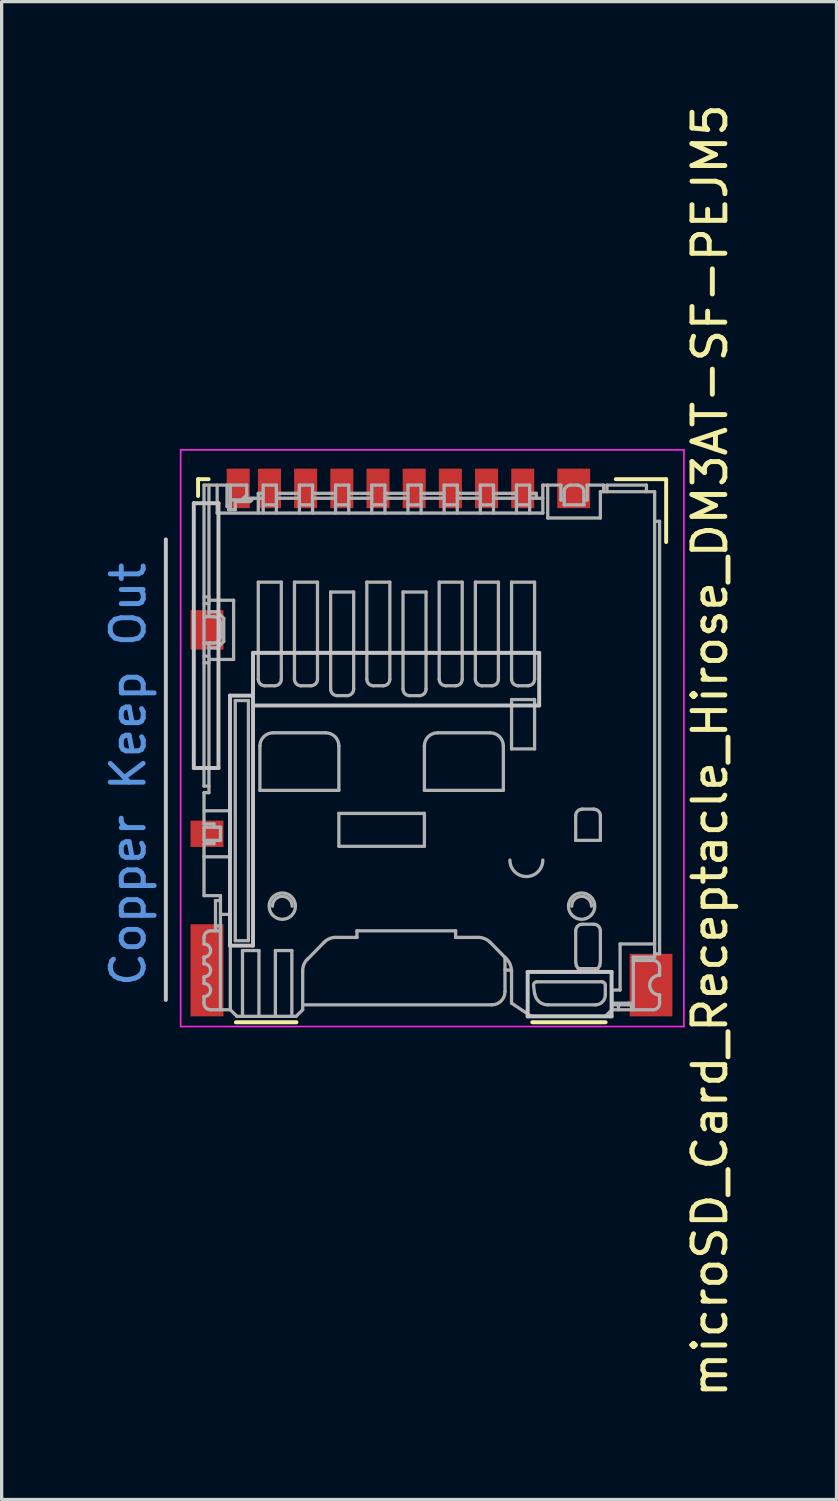
<source format=kicad_pcb>
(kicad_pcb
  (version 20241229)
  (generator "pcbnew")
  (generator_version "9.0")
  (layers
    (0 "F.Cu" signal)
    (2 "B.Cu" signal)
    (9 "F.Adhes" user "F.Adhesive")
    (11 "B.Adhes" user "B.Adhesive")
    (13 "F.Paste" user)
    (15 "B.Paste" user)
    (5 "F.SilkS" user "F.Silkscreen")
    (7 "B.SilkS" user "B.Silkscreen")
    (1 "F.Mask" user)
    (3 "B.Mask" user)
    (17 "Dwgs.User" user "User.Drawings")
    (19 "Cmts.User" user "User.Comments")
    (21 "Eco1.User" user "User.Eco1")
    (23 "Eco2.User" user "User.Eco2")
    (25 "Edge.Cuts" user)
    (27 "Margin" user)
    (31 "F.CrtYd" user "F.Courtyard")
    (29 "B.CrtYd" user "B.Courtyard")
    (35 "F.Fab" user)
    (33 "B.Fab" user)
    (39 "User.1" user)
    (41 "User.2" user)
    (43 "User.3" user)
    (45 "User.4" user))
  (footprint "microSD_Card_Receptacle_Hirose_DM3AT-SF-PEJM5"
    (layer "F.Cu")
    (at 9.992 19.348)
    (property "Reference" "microSD_Card_Receptacle_Hirose_DM3AT-SF-PEJM5" (at 8.54 0.42 90) (layer "F.SilkS") (effects (font (size 1 1) (thickness 0.15))))
    (attr smd)
    (fp_line (start -7.02 -7.83) (end -7.02 -7.32) (stroke (width 0.12) (type solid)) (layer "F.SilkS"))
    (fp_line (start -6.7 -7.83) (end -7.02 -7.83) (stroke (width 0.12) (type solid)) (layer "F.SilkS"))
    (fp_line (start -5.87 8.68) (end -4.03 8.68) (stroke (width 0.12) (type solid)) (layer "F.SilkS"))
    (fp_line (start 5.37 8.68) (end 3.14 8.68) (stroke (width 0.12) (type solid)) (layer "F.SilkS"))
    (fp_line (start 5.68 -7.83) (end 7.21 -7.83) (stroke (width 0.12) (type solid)) (layer "F.SilkS"))
    (fp_line (start 7.21 -7.83) (end 7.21 -5.92) (stroke (width 0.12) (type solid)) (layer "F.SilkS"))
    (fp_line (start -8 8) (end -8 -6) (stroke (width 0.12) (type solid)) (layer "Dwgs.User"))
    (fp_line (start -7.15 -7.1) (end -6.4 -7.1) (stroke (width 0.12) (type solid)) (layer "Dwgs.User"))
    (fp_line (start -7.15 0.95) (end -7.15 -7.1) (stroke (width 0.12) (type solid)) (layer "Dwgs.User"))
    (fp_line (start -6.4 -7.1) (end -6.4 0.95) (stroke (width 0.12) (type solid)) (layer "Dwgs.User"))
    (fp_line (start -6.4 0.95) (end -7.15 0.95) (stroke (width 0.12) (type solid)) (layer "Dwgs.User"))
    (fp_line (start -6.05 -1.25) (end -5.35 -1.25) (stroke (width 0.12) (type solid)) (layer "Dwgs.User"))
    (fp_line (start -6.05 6.35) (end -6.05 -1.25) (stroke (width 0.12) (type solid)) (layer "Dwgs.User"))
    (fp_line (start -5.35 -2.55) (end -5.35 -0.95) (stroke (width 0.12) (type solid)) (layer "Dwgs.User"))
    (fp_line (start -5.35 -2.55) (end 3.35 -2.55) (stroke (width 0.12) (type solid)) (layer "Dwgs.User"))
    (fp_line (start -5.35 -1.25) (end -5.35 6.35) (stroke (width 0.12) (type solid)) (layer "Dwgs.User"))
    (fp_line (start -5.35 6.35) (end -6.05 6.35) (stroke (width 0.12) (type solid)) (layer "Dwgs.User"))
    (fp_line (start 3 7.15) (end 5.55 7.15) (stroke (width 0.12) (type solid)) (layer "Dwgs.User"))
    (fp_line (start 3 8.5) (end 3 7.15) (stroke (width 0.12) (type solid)) (layer "Dwgs.User"))
    (fp_line (start 3.35 -2.55) (end 3.35 -0.95) (stroke (width 0.12) (type solid)) (layer "Dwgs.User"))
    (fp_line (start 3.35 -0.95) (end -5.35 -0.95) (stroke (width 0.12) (type solid)) (layer "Dwgs.User"))
    (fp_line (start 5.55 7.15) (end 5.55 8.5) (stroke (width 0.12) (type solid)) (layer "Dwgs.User"))
    (fp_line (start 5.55 8.5) (end 3 8.5) (stroke (width 0.12) (type solid)) (layer "Dwgs.User"))
    (fp_line (start -7.55 -8.72) (end 7.75 -8.72) (stroke (width 0.05) (type solid)) (layer "F.CrtYd"))
    (fp_line (start -7.55 8.81) (end -7.55 -8.72) (stroke (width 0.05) (type solid)) (layer "F.CrtYd"))
    (fp_line (start 7.75 -8.72) (end 7.75 8.81) (stroke (width 0.05) (type solid)) (layer "F.CrtYd"))
    (fp_line (start 7.75 8.81) (end -7.55 8.81) (stroke (width 0.05) (type solid)) (layer "F.CrtYd"))
    (fp_line (start -6.84 -3.66) (end -6.83 -3.65) (stroke (width 0.1) (type solid)) (layer "F.Fab"))
    (fp_line (start -6.84 -2.84) (end -6.83 -2.85) (stroke (width 0.1) (type solid)) (layer "F.Fab"))
    (fp_line (start -6.84 -2.83) (end -6.84 -2.84) (stroke (width 0.1) (type solid)) (layer "F.Fab"))
    (fp_line (start -6.84 -2.45) (end -6.69 -2.45) (stroke (width 0.1) (type solid)) (layer "F.Fab"))
    (fp_line (start -6.84 1.5) (end -6.84 -7.65) (stroke (width 0.1) (type solid)) (layer "F.Fab"))
    (fp_line (start -6.84 1.5) (end -6.69 1.5) (stroke (width 0.1) (type solid)) (layer "F.Fab"))
    (fp_line (start -6.84 1.7) (end -6.84 2.65) (stroke (width 0.1) (type solid)) (layer "F.Fab"))
    (fp_line (start -6.84 1.7) (end -6.69 1.7) (stroke (width 0.1) (type solid)) (layer "F.Fab"))
    (fp_line (start -6.84 2.65) (end -6.54 2.65) (stroke (width 0.1) (type solid)) (layer "F.Fab"))
    (fp_line (start -6.84 2.75) (end -6.84 3.15) (stroke (width 0.1) (type solid)) (layer "F.Fab"))
    (fp_line (start -6.84 3.15) (end -6.34 3.15) (stroke (width 0.1) (type solid)) (layer "F.Fab"))
    (fp_line (start -6.84 4.83) (end -6.84 3.25) (stroke (width 0.1) (type solid)) (layer "F.Fab"))
    (fp_line (start -6.84 6.3) (end -6.84 6.1) (stroke (width 0.1) (type solid)) (layer "F.Fab"))
    (fp_line (start -6.84 6.9) (end -6.84 6.7) (stroke (width 0.1) (type solid)) (layer "F.Fab"))
    (fp_line (start -6.84 7.5) (end -6.84 7.3) (stroke (width 0.1) (type solid)) (layer "F.Fab"))
    (fp_line (start -6.84 8.1) (end -6.84 7.9) (stroke (width 0.1) (type solid)) (layer "F.Fab"))
    (fp_line (start -6.83 -3.65) (end -6.54 -3.65) (stroke (width 0.1) (type solid)) (layer "F.Fab"))
    (fp_line (start -6.69 -4.25) (end -6.84 -4.25) (stroke (width 0.1) (type solid)) (layer "F.Fab"))
    (fp_line (start -6.69 -4.05) (end -6.84 -4.05) (stroke (width 0.1) (type solid)) (layer "F.Fab"))
    (fp_line (start -6.69 -3.66) (end -6.69 -7.65) (stroke (width 0.1) (type solid)) (layer "F.Fab"))
    (fp_line (start -6.69 -2.84) (end -6.69 -2.83) (stroke (width 0.1) (type solid)) (layer "F.Fab"))
    (fp_line (start -6.69 -2.7) (end -6.44 -2.7) (stroke (width 0.1) (type solid)) (layer "F.Fab"))
    (fp_line (start -6.69 -2.35) (end -5.94 -2.35) (stroke (width 0.1) (type solid)) (layer "F.Fab"))
    (fp_line (start -6.69 -2.25) (end -6.84 -2.25) (stroke (width 0.1) (type solid)) (layer "F.Fab"))
    (fp_line (start -6.69 1.7) (end -6.69 -2.83) (stroke (width 0.1) (type solid)) (layer "F.Fab"))
    (fp_line (start -6.68 -2.84) (end -6.69 -2.84) (stroke (width 0.1) (type solid)) (layer "F.Fab"))
    (fp_line (start -6.67 -2.84) (end -6.68 -2.84) (stroke (width 0.1) (type solid)) (layer "F.Fab"))
    (fp_line (start -6.66 -2.85) (end -6.67 -2.84) (stroke (width 0.1) (type solid)) (layer "F.Fab"))
    (fp_line (start -6.65 -2.85) (end -6.66 -2.85) (stroke (width 0.1) (type solid)) (layer "F.Fab"))
    (fp_line (start -6.64 -2.85) (end -6.65 -2.85) (stroke (width 0.1) (type solid)) (layer "F.Fab"))
    (fp_line (start -6.64 5.9) (end -6.34 5.9) (stroke (width 0.1) (type solid)) (layer "F.Fab"))
    (fp_line (start -6.54 -2.85) (end -6.83 -2.85) (stroke (width 0.1) (type solid)) (layer "F.Fab"))
    (fp_line (start -6.54 2.75) (end -6.54 2.65) (stroke (width 0.1) (type solid)) (layer "F.Fab"))
    (fp_line (start -6.54 3.25) (end -6.84 3.25) (stroke (width 0.1) (type solid)) (layer "F.Fab"))
    (fp_line (start -6.54 3.25) (end -6.54 3.15) (stroke (width 0.1) (type solid)) (layer "F.Fab"))
    (fp_line (start -6.49 4.98) (end -6.49 5.9) (stroke (width 0.1) (type solid)) (layer "F.Fab"))
    (fp_line (start -6.49 5.75) (end -6.34 5.75) (stroke (width 0.1) (type solid)) (layer "F.Fab"))
    (fp_line (start -6.44 -7.65) (end -6.44 -6.8) (stroke (width 0.1) (type solid)) (layer "F.Fab"))
    (fp_line (start -6.44 -6.8) (end 3.46 -6.8) (stroke (width 0.1) (type solid)) (layer "F.Fab"))
    (fp_line (start -6.44 -3.8) (end -6.69 -3.8) (stroke (width 0.1) (type solid)) (layer "F.Fab"))
    (fp_line (start -6.44 -2.7) (end -6.24 -2.9) (stroke (width 0.1) (type solid)) (layer "F.Fab"))
    (fp_line (start -6.34 -3.45) (end -6.34 -3.05) (stroke (width 0.1) (type solid)) (layer "F.Fab"))
    (fp_line (start -6.34 2.75) (end -6.84 2.75) (stroke (width 0.1) (type solid)) (layer "F.Fab"))
    (fp_line (start -6.34 3.15) (end -6.34 2.75) (stroke (width 0.1) (type solid)) (layer "F.Fab"))
    (fp_line (start -6.34 4.83) (end -6.84 4.83) (stroke (width 0.1) (type solid)) (layer "F.Fab"))
    (fp_line (start -6.34 4.98) (end -6.49 4.98) (stroke (width 0.1) (type solid)) (layer "F.Fab"))
    (fp_line (start -6.34 8.3) (end -6.34 4.83) (stroke (width 0.1) (type solid)) (layer "F.Fab"))
    (fp_line (start -6.24 -3.6) (end -6.44 -3.8) (stroke (width 0.1) (type solid)) (layer "F.Fab"))
    (fp_line (start -6.24 -2.9) (end -6.24 -3.6) (stroke (width 0.1) (type solid)) (layer "F.Fab"))
    (fp_line (start -6.14 -7) (end -6.14 -7.65) (stroke (width 0.1) (type solid)) (layer "F.Fab"))
    (fp_line (start -6.09 -7) (end -6.14 -7) (stroke (width 0.1) (type solid)) (layer "F.Fab"))
    (fp_line (start -6.09 -6.9) (end -6.09 -7) (stroke (width 0.1) (type solid)) (layer "F.Fab"))
    (fp_line (start -6.09 -6.9) (end -5.89 -6.9) (stroke (width 0.1) (type solid)) (layer "F.Fab"))
    (fp_line (start -6.05 -7.65) (end -6.84 -7.65) (stroke (width 0.1) (type solid)) (layer "F.Fab"))
    (fp_line (start -6.04 -7.65) (end -6.04 -6.9) (stroke (width 0.1) (type solid)) (layer "F.Fab"))
    (fp_line (start -6.04 -7.2) (end -5.69 -7.2) (stroke (width 0.1) (type solid)) (layer "F.Fab"))
    (fp_line (start -6.04 2.25) (end -6.84 2.25) (stroke (width 0.1) (type solid)) (layer "F.Fab"))
    (fp_line (start -6.04 3.65) (end -6.84 3.65) (stroke (width 0.1) (type solid)) (layer "F.Fab"))
    (fp_line (start -6.04 3.65) (end -6.04 2.25) (stroke (width 0.1) (type solid)) (layer "F.Fab"))
    (fp_line (start -6.04 5.4) (end -6.34 5.4) (stroke (width 0.1) (type solid)) (layer "F.Fab"))
    (fp_line (start -6.04 8.3) (end -6.64 8.3) (stroke (width 0.1) (type solid)) (layer "F.Fab"))
    (fp_line (start -6.04 8.3) (end -6.04 5.4) (stroke (width 0.1) (type solid)) (layer "F.Fab"))
    (fp_line (start -5.94 -4.15) (end -6.69 -4.15) (stroke (width 0.1) (type solid)) (layer "F.Fab"))
    (fp_line (start -5.94 -2.35) (end -5.94 -4.15) (stroke (width 0.1) (type solid)) (layer "F.Fab"))
    (fp_line (start -5.89 -7.15) (end -5.44 -7.15) (stroke (width 0.1) (type solid)) (layer "F.Fab"))
    (fp_line (start -5.89 -6.9) (end -5.89 -7.2) (stroke (width 0.1) (type solid)) (layer "F.Fab"))
    (fp_line (start -5.89 -1.1) (end -5.89 6.2) (stroke (width 0.1) (type solid)) (layer "F.Fab"))
    (fp_line (start -5.89 6.2) (end -5.49 6.2) (stroke (width 0.1) (type solid)) (layer "F.Fab"))
    (fp_line (start -5.84 8.5) (end -6.04 8.3) (stroke (width 0.1) (type solid)) (layer "F.Fab"))
    (fp_line (start -5.67 6.5) (end -5.67 8.5) (stroke (width 0.1) (type solid)) (layer "F.Fab"))
    (fp_line (start -5.54 -7.65) (end -6.04 -7.65) (stroke (width 0.1) (type solid)) (layer "F.Fab"))
    (fp_line (start -5.54 -7.65) (end -5.54 -7.35) (stroke (width 0.1) (type solid)) (layer "F.Fab"))
    (fp_line (start -5.54 -7.35) (end -5.69 -7.2) (stroke (width 0.1) (type solid)) (layer "F.Fab"))
    (fp_line (start -5.49 -1.1) (end -5.89 -1.1) (stroke (width 0.1) (type solid)) (layer "F.Fab"))
    (fp_line (start -5.49 6.2) (end -5.49 -1.1) (stroke (width 0.1) (type solid)) (layer "F.Fab"))
    (fp_line (start -5.44 -7.15) (end -5.34 -7.25) (stroke (width 0.1) (type solid)) (layer "F.Fab"))
    (fp_line (start -5.39 -7.25) (end -5.64 -7.25) (stroke (width 0.1) (type solid)) (layer "F.Fab"))
    (fp_line (start -5.39 -7.2) (end -5.39 -7.25) (stroke (width 0.1) (type solid)) (layer "F.Fab"))
    (fp_line (start -5.19 -7.25) (end -5.19 -7.4) (stroke (width 0.1) (type solid)) (layer "F.Fab"))
    (fp_line (start -5.19 -7.25) (end -5.19 -6.8) (stroke (width 0.1) (type solid)) (layer "F.Fab"))
    (fp_line (start -5.19 -4.7) (end -5.19 -1.75) (stroke (width 0.1) (type solid)) (layer "F.Fab"))
    (fp_line (start -5.17 6.5) (end -5.67 6.5) (stroke (width 0.1) (type solid)) (layer "F.Fab"))
    (fp_line (start -5.17 8.5) (end -5.17 6.5) (stroke (width 0.1) (type solid)) (layer "F.Fab"))
    (fp_line (start -5.14 0.28) (end -5.14 1.63) (stroke (width 0.1) (type solid)) (layer "F.Fab"))
    (fp_line (start -5.14 1.63) (end -2.74 1.63) (stroke (width 0.1) (type solid)) (layer "F.Fab"))
    (fp_line (start -5.04 -7.65) (end -5.04 -6.8) (stroke (width 0.1) (type solid)) (layer "F.Fab"))
    (fp_line (start -5.04 -7.4) (end -5.19 -7.4) (stroke (width 0.1) (type solid)) (layer "F.Fab"))
    (fp_line (start -5.04 -7.25) (end -5.34 -7.25) (stroke (width 0.1) (type solid)) (layer "F.Fab"))
    (fp_line (start -4.99 -1.55) (end -4.69 -1.55) (stroke (width 0.1) (type solid)) (layer "F.Fab"))
    (fp_line (start -4.67 6.5) (end -4.67 8.5) (stroke (width 0.1) (type solid)) (layer "F.Fab"))
    (fp_line (start -4.64 -7.65) (end -5.04 -7.65) (stroke (width 0.1) (type solid)) (layer "F.Fab"))
    (fp_line (start -4.64 -7.05) (end -5.04 -7.05) (stroke (width 0.1) (type solid)) (layer "F.Fab"))
    (fp_line (start -4.64 -6.8) (end -4.64 -7.65) (stroke (width 0.1) (type solid)) (layer "F.Fab"))
    (fp_line (start -4.49 -4.7) (end -5.19 -4.7) (stroke (width 0.1) (type solid)) (layer "F.Fab"))
    (fp_line (start -4.49 -1.75) (end -4.49 -4.7) (stroke (width 0.1) (type solid)) (layer "F.Fab"))
    (fp_line (start -4.17 6.5) (end -4.67 6.5) (stroke (width 0.1) (type solid)) (layer "F.Fab"))
    (fp_line (start -4.17 8.5) (end -4.17 6.5) (stroke (width 0.1) (type solid)) (layer "F.Fab"))
    (fp_line (start -4.09 -4.7) (end -4.09 -1.75) (stroke (width 0.1) (type solid)) (layer "F.Fab"))
    (fp_line (start -4.04 8.5) (end -5.84 8.5) (stroke (width 0.1) (type solid)) (layer "F.Fab"))
    (fp_line (start -3.94 -7.65) (end -3.94 -6.8) (stroke (width 0.1) (type solid)) (layer "F.Fab"))
    (fp_line (start -3.94 -7.4) (end -4.64 -7.4) (stroke (width 0.1) (type solid)) (layer "F.Fab"))
    (fp_line (start -3.94 -7.25) (end -4.64 -7.25) (stroke (width 0.1) (type solid)) (layer "F.Fab"))
    (fp_line (start -3.89 -1.55) (end -3.59 -1.55) (stroke (width 0.1) (type solid)) (layer "F.Fab"))
    (fp_line (start -3.84 8.3) (end -4.04 8.5) (stroke (width 0.1) (type solid)) (layer "F.Fab"))
    (fp_line (start -3.84 8.3) (end -3.84 7.11) (stroke (width 0.1) (type solid)) (layer "F.Fab"))
    (fp_line (start -3.69 6.76) (end -3.19 6.25) (stroke (width 0.1) (type solid)) (layer "F.Fab"))
    (fp_line (start -3.54 -7.65) (end -3.94 -7.65) (stroke (width 0.1) (type solid)) (layer "F.Fab"))
    (fp_line (start -3.54 -7.05) (end -3.94 -7.05) (stroke (width 0.1) (type solid)) (layer "F.Fab"))
    (fp_line (start -3.54 -6.8) (end -3.54 -7.65) (stroke (width 0.1) (type solid)) (layer "F.Fab"))
    (fp_line (start -3.39 -4.7) (end -4.09 -4.7) (stroke (width 0.1) (type solid)) (layer "F.Fab"))
    (fp_line (start -3.39 -1.75) (end -3.39 -4.7) (stroke (width 0.1) (type solid)) (layer "F.Fab"))
    (fp_line (start -3.14 -0.12) (end -4.74 -0.12) (stroke (width 0.1) (type solid)) (layer "F.Fab"))
    (fp_line (start -2.99 -4.4) (end -2.99 -1.45) (stroke (width 0.1) (type solid)) (layer "F.Fab"))
    (fp_line (start -2.84 -7.65) (end -2.84 -6.8) (stroke (width 0.1) (type solid)) (layer "F.Fab"))
    (fp_line (start -2.84 -7.4) (end -3.54 -7.4) (stroke (width 0.1) (type solid)) (layer "F.Fab"))
    (fp_line (start -2.84 -7.25) (end -3.54 -7.25) (stroke (width 0.1) (type solid)) (layer "F.Fab"))
    (fp_line (start -2.83 6.1) (end -2.19 6.1) (stroke (width 0.1) (type solid)) (layer "F.Fab"))
    (fp_line (start -2.79 -1.25) (end -2.49 -1.25) (stroke (width 0.1) (type solid)) (layer "F.Fab"))
    (fp_line (start -2.74 1.63) (end -2.74 0.28) (stroke (width 0.1) (type solid)) (layer "F.Fab"))
    (fp_line (start -2.74 2.33) (end -2.74 3.33) (stroke (width 0.1) (type solid)) (layer "F.Fab"))
    (fp_line (start -2.74 3.33) (end -0.14 3.33) (stroke (width 0.1) (type solid)) (layer "F.Fab"))
    (fp_line (start -2.44 -7.65) (end -2.84 -7.65) (stroke (width 0.1) (type solid)) (layer "F.Fab"))
    (fp_line (start -2.44 -7.05) (end -2.84 -7.05) (stroke (width 0.1) (type solid)) (layer "F.Fab"))
    (fp_line (start -2.44 -6.8) (end -2.44 -7.65) (stroke (width 0.1) (type solid)) (layer "F.Fab"))
    (fp_line (start -2.29 -4.4) (end -2.99 -4.4) (stroke (width 0.1) (type solid)) (layer "F.Fab"))
    (fp_line (start -2.29 -1.45) (end -2.29 -4.4) (stroke (width 0.1) (type solid)) (layer "F.Fab"))
    (fp_line (start -2.19 5.9) (end 0.81 5.9) (stroke (width 0.1) (type solid)) (layer "F.Fab"))
    (fp_line (start -2.19 6.1) (end -2.19 5.9) (stroke (width 0.1) (type solid)) (layer "F.Fab"))
    (fp_line (start -1.89 -4.7) (end -1.89 -1.75) (stroke (width 0.1) (type solid)) (layer "F.Fab"))
    (fp_line (start -1.74 -7.65) (end -1.74 -6.8) (stroke (width 0.1) (type solid)) (layer "F.Fab"))
    (fp_line (start -1.74 -7.4) (end -2.44 -7.4) (stroke (width 0.1) (type solid)) (layer "F.Fab"))
    (fp_line (start -1.74 -7.25) (end -2.44 -7.25) (stroke (width 0.1) (type solid)) (layer "F.Fab"))
    (fp_line (start -1.69 -1.55) (end -1.39 -1.55) (stroke (width 0.1) (type solid)) (layer "F.Fab"))
    (fp_line (start -1.34 -7.65) (end -1.74 -7.65) (stroke (width 0.1) (type solid)) (layer "F.Fab"))
    (fp_line (start -1.34 -7.05) (end -1.74 -7.05) (stroke (width 0.1) (type solid)) (layer "F.Fab"))
    (fp_line (start -1.34 -6.8) (end -1.34 -7.65) (stroke (width 0.1) (type solid)) (layer "F.Fab"))
    (fp_line (start -1.19 -4.7) (end -1.89 -4.7) (stroke (width 0.1) (type solid)) (layer "F.Fab"))
    (fp_line (start -1.19 -1.75) (end -1.19 -4.7) (stroke (width 0.1) (type solid)) (layer "F.Fab"))
    (fp_line (start -0.79 -4.4) (end -0.79 -1.45) (stroke (width 0.1) (type solid)) (layer "F.Fab"))
    (fp_line (start -0.64 -7.65) (end -0.64 -6.8) (stroke (width 0.1) (type solid)) (layer "F.Fab"))
    (fp_line (start -0.64 -7.4) (end -1.34 -7.4) (stroke (width 0.1) (type solid)) (layer "F.Fab"))
    (fp_line (start -0.64 -7.25) (end -1.34 -7.25) (stroke (width 0.1) (type solid)) (layer "F.Fab"))
    (fp_line (start -0.59 -1.25) (end -0.29 -1.25) (stroke (width 0.1) (type solid)) (layer "F.Fab"))
    (fp_line (start -0.24 -7.65) (end -0.64 -7.65) (stroke (width 0.1) (type solid)) (layer "F.Fab"))
    (fp_line (start -0.24 -7.05) (end -0.64 -7.05) (stroke (width 0.1) (type solid)) (layer "F.Fab"))
    (fp_line (start -0.24 -6.8) (end -0.24 -7.65) (stroke (width 0.1) (type solid)) (layer "F.Fab"))
    (fp_line (start -0.14 0.28) (end -0.14 1.63) (stroke (width 0.1) (type solid)) (layer "F.Fab"))
    (fp_line (start -0.14 1.63) (end 2.26 1.63) (stroke (width 0.1) (type solid)) (layer "F.Fab"))
    (fp_line (start -0.14 2.33) (end -2.74 2.33) (stroke (width 0.1) (type solid)) (layer "F.Fab"))
    (fp_line (start -0.14 3.33) (end -0.14 2.33) (stroke (width 0.1) (type solid)) (layer "F.Fab"))
    (fp_line (start -0.09 -4.4) (end -0.79 -4.4) (stroke (width 0.1) (type solid)) (layer "F.Fab"))
    (fp_line (start -0.09 -1.45) (end -0.09 -4.4) (stroke (width 0.1) (type solid)) (layer "F.Fab"))
    (fp_line (start 0.31 -4.7) (end 0.31 -1.75) (stroke (width 0.1) (type solid)) (layer "F.Fab"))
    (fp_line (start 0.46 -7.65) (end 0.46 -6.8) (stroke (width 0.1) (type solid)) (layer "F.Fab"))
    (fp_line (start 0.46 -7.4) (end -0.24 -7.4) (stroke (width 0.1) (type solid)) (layer "F.Fab"))
    (fp_line (start 0.46 -7.25) (end -0.24 -7.25) (stroke (width 0.1) (type solid)) (layer "F.Fab"))
    (fp_line (start 0.51 -1.55) (end 0.81 -1.55) (stroke (width 0.1) (type solid)) (layer "F.Fab"))
    (fp_line (start 0.81 5.9) (end 0.81 6.1) (stroke (width 0.1) (type solid)) (layer "F.Fab"))
    (fp_line (start 0.81 6.1) (end 1.5 6.1) (stroke (width 0.1) (type solid)) (layer "F.Fab"))
    (fp_line (start 0.86 -7.65) (end 0.46 -7.65) (stroke (width 0.1) (type solid)) (layer "F.Fab"))
    (fp_line (start 0.86 -7.05) (end 0.46 -7.05) (stroke (width 0.1) (type solid)) (layer "F.Fab"))
    (fp_line (start 0.86 -6.8) (end 0.86 -7.65) (stroke (width 0.1) (type solid)) (layer "F.Fab"))
    (fp_line (start 1.01 -4.7) (end 0.31 -4.7) (stroke (width 0.1) (type solid)) (layer "F.Fab"))
    (fp_line (start 1.01 -1.75) (end 1.01 -4.7) (stroke (width 0.1) (type solid)) (layer "F.Fab"))
    (fp_line (start 1.41 -4.7) (end 1.41 -1.75) (stroke (width 0.1) (type solid)) (layer "F.Fab"))
    (fp_line (start 1.56 -7.65) (end 1.56 -6.8) (stroke (width 0.1) (type solid)) (layer "F.Fab"))
    (fp_line (start 1.56 -7.4) (end 0.86 -7.4) (stroke (width 0.1) (type solid)) (layer "F.Fab"))
    (fp_line (start 1.56 -7.25) (end 0.86 -7.25) (stroke (width 0.1) (type solid)) (layer "F.Fab"))
    (fp_line (start 1.61 -1.55) (end 1.91 -1.55) (stroke (width 0.1) (type solid)) (layer "F.Fab"))
    (fp_line (start 1.86 -0.12) (end 0.26 -0.12) (stroke (width 0.1) (type solid)) (layer "F.Fab"))
    (fp_line (start 1.86 6.25) (end 2.36 6.76) (stroke (width 0.1) (type solid)) (layer "F.Fab"))
    (fp_line (start 1.91 8.15) (end -3.84 8.15) (stroke (width 0.1) (type solid)) (layer "F.Fab"))
    (fp_line (start 1.96 -7.65) (end 1.56 -7.65) (stroke (width 0.1) (type solid)) (layer "F.Fab"))
    (fp_line (start 1.96 -7.05) (end 1.56 -7.05) (stroke (width 0.1) (type solid)) (layer "F.Fab"))
    (fp_line (start 1.96 -6.8) (end 1.96 -7.65) (stroke (width 0.1) (type solid)) (layer "F.Fab"))
    (fp_line (start 2.11 -4.7) (end 1.41 -4.7) (stroke (width 0.1) (type solid)) (layer "F.Fab"))
    (fp_line (start 2.11 -1.75) (end 2.11 -4.7) (stroke (width 0.1) (type solid)) (layer "F.Fab"))
    (fp_line (start 2.26 1.63) (end 2.26 0.28) (stroke (width 0.1) (type solid)) (layer "F.Fab"))
    (fp_line (start 2.31 6.7) (end 2.31 7.75) (stroke (width 0.1) (type solid)) (layer "F.Fab"))
    (fp_line (start 2.31 7.08) (end 2.51 7.11) (stroke (width 0.1) (type solid)) (layer "F.Fab"))
    (fp_line (start 2.51 -4.7) (end 2.51 -1.75) (stroke (width 0.1) (type solid)) (layer "F.Fab"))
    (fp_line (start 2.51 -1.13) (end 2.51 0.37) (stroke (width 0.1) (type solid)) (layer "F.Fab"))
    (fp_line (start 2.51 0.37) (end 3.21 0.37) (stroke (width 0.1) (type solid)) (layer "F.Fab"))
    (fp_line (start 2.51 7.11) (end 2.51 8.1) (stroke (width 0.1) (type solid)) (layer "F.Fab"))
    (fp_line (start 2.66 -7.65) (end 2.66 -6.8) (stroke (width 0.1) (type solid)) (layer "F.Fab"))
    (fp_line (start 2.66 -7.4) (end 1.96 -7.4) (stroke (width 0.1) (type solid)) (layer "F.Fab"))
    (fp_line (start 2.66 -7.25) (end 1.96 -7.25) (stroke (width 0.1) (type solid)) (layer "F.Fab"))
    (fp_line (start 2.71 -1.55) (end 3.01 -1.55) (stroke (width 0.1) (type solid)) (layer "F.Fab"))
    (fp_line (start 3.06 -7.65) (end 2.66 -7.65) (stroke (width 0.1) (type solid)) (layer "F.Fab"))
    (fp_line (start 3.06 -7.05) (end 2.66 -7.05) (stroke (width 0.1) (type solid)) (layer "F.Fab"))
    (fp_line (start 3.06 -6.8) (end 3.06 -7.65) (stroke (width 0.1) (type solid)) (layer "F.Fab"))
    (fp_line (start 3.11 8.5) (end 2.51 8.1) (stroke (width 0.1) (type solid)) (layer "F.Fab"))
    (fp_line (start 3.18 7.57) (end 3.21 7.81) (stroke (width 0.1) (type solid)) (layer "F.Fab"))
    (fp_line (start 3.21 -4.7) (end 2.51 -4.7) (stroke (width 0.1) (type solid)) (layer "F.Fab"))
    (fp_line (start 3.21 -1.75) (end 3.21 -4.7) (stroke (width 0.1) (type solid)) (layer "F.Fab"))
    (fp_line (start 3.21 -1.13) (end 2.51 -1.13) (stroke (width 0.1) (type solid)) (layer "F.Fab"))
    (fp_line (start 3.21 0.37) (end 3.21 -1.13) (stroke (width 0.1) (type solid)) (layer "F.Fab"))
    (fp_line (start 3.26 -7.4) (end 3.06 -7.4) (stroke (width 0.1) (type solid)) (layer "F.Fab"))
    (fp_line (start 3.26 -7.4) (end 3.26 -7.25) (stroke (width 0.1) (type solid)) (layer "F.Fab"))
    (fp_line (start 3.46 -7.65) (end 3.46 -6.8) (stroke (width 0.1) (type solid)) (layer "F.Fab"))
    (fp_line (start 3.46 -7.65) (end 4.01 -7.65) (stroke (width 0.1) (type solid)) (layer "F.Fab"))
    (fp_line (start 3.46 -7.25) (end 3.06 -7.25) (stroke (width 0.1) (type solid)) (layer "F.Fab"))
    (fp_line (start 3.61 -7.65) (end 3.61 -6.65) (stroke (width 0.1) (type solid)) (layer "F.Fab"))
    (fp_line (start 3.61 -6.65) (end 5.21 -6.65) (stroke (width 0.1) (type solid)) (layer "F.Fab"))
    (fp_line (start 3.61 8.15) (end 5.06 8.15) (stroke (width 0.1) (type solid)) (layer "F.Fab"))
    (fp_line (start 4.01 -7.2) (end 4.01 -7.65) (stroke (width 0.1) (type solid)) (layer "F.Fab"))
    (fp_line (start 4.01 -7.2) (end 4.11 -7.2) (stroke (width 0.1) (type solid)) (layer "F.Fab"))
    (fp_line (start 4.11 -7.45) (end 4.11 -7.05) (stroke (width 0.1) (type solid)) (layer "F.Fab"))
    (fp_line (start 4.11 -7.05) (end 4.71 -7.05) (stroke (width 0.1) (type solid)) (layer "F.Fab"))
    (fp_line (start 4.31 -7.65) (end 4.51 -7.65) (stroke (width 0.1) (type solid)) (layer "F.Fab"))
    (fp_line (start 4.46 2.4) (end 4.46 3.15) (stroke (width 0.1) (type solid)) (layer "F.Fab"))
    (fp_line (start 4.46 3.15) (end 5.21 3.15) (stroke (width 0.1) (type solid)) (layer "F.Fab"))
    (fp_line (start 4.46 5.9) (end 4.46 6.85) (stroke (width 0.1) (type solid)) (layer "F.Fab"))
    (fp_line (start 4.46 6.85) (end 4.48 6.96) (stroke (width 0.1) (type solid)) (layer "F.Fab"))
    (fp_line (start 4.48 6.96) (end 4.54 7.05) (stroke (width 0.1) (type solid)) (layer "F.Fab"))
    (fp_line (start 4.54 7.05) (end 5.13 7.05) (stroke (width 0.1) (type solid)) (layer "F.Fab"))
    (fp_line (start 4.71 -7.2) (end 4.81 -7.2) (stroke (width 0.1) (type solid)) (layer "F.Fab"))
    (fp_line (start 4.71 -7.05) (end 4.71 -7.45) (stroke (width 0.1) (type solid)) (layer "F.Fab"))
    (fp_line (start 4.81 -7.65) (end 5.31 -7.65) (stroke (width 0.1) (type solid)) (layer "F.Fab"))
    (fp_line (start 4.81 -7.2) (end 4.81 -7.65) (stroke (width 0.1) (type solid)) (layer "F.Fab"))
    (fp_line (start 5.01 2.2) (end 4.66 2.2) (stroke (width 0.1) (type solid)) (layer "F.Fab"))
    (fp_line (start 5.01 5.7) (end 4.66 5.7) (stroke (width 0.1) (type solid)) (layer "F.Fab"))
    (fp_line (start 5.13 7.05) (end 5.19 6.96) (stroke (width 0.1) (type solid)) (layer "F.Fab"))
    (fp_line (start 5.19 6.96) (end 5.21 6.85) (stroke (width 0.1) (type solid)) (layer "F.Fab"))
    (fp_line (start 5.21 -7.45) (end 6.86 -7.45) (stroke (width 0.1) (type solid)) (layer "F.Fab"))
    (fp_line (start 5.21 -6.65) (end 5.21 -7.45) (stroke (width 0.1) (type solid)) (layer "F.Fab"))
    (fp_line (start 5.21 3.15) (end 5.21 2.4) (stroke (width 0.1) (type solid)) (layer "F.Fab"))
    (fp_line (start 5.21 6.85) (end 5.21 5.9) (stroke (width 0.1) (type solid)) (layer "F.Fab"))
    (fp_line (start 5.26 7.45) (end 3.28 7.45) (stroke (width 0.1) (type solid)) (layer "F.Fab"))
    (fp_line (start 5.31 -7.65) (end 5.31 -7.45) (stroke (width 0.1) (type solid)) (layer "F.Fab"))
    (fp_line (start 5.36 7.85) (end 5.36 7.55) (stroke (width 0.1) (type solid)) (layer "F.Fab"))
    (fp_line (start 5.36 8.5) (end 3.11 8.5) (stroke (width 0.1) (type solid)) (layer "F.Fab"))
    (fp_line (start 5.36 8.5) (end 5.56 8.3) (stroke (width 0.1) (type solid)) (layer "F.Fab"))
    (fp_line (start 5.41 -7.65) (end 5.41 -7.45) (stroke (width 0.1) (type solid)) (layer "F.Fab"))
    (fp_line (start 5.41 -7.65) (end 6.61 -7.65) (stroke (width 0.1) (type solid)) (layer "F.Fab"))
    (fp_line (start 5.56 7.7) (end 5.56 8.3) (stroke (width 0.1) (type solid)) (layer "F.Fab"))
    (fp_line (start 5.56 7.7) (end 5.81 7.7) (stroke (width 0.1) (type solid)) (layer "F.Fab"))
    (fp_line (start 5.56 8.3) (end 6.16 8.3) (stroke (width 0.1) (type solid)) (layer "F.Fab"))
    (fp_line (start 5.76 8.3) (end 5.76 8.15) (stroke (width 0.1) (type solid)) (layer "F.Fab"))
    (fp_line (start 5.81 6.3) (end 5.81 7.7) (stroke (width 0.1) (type solid)) (layer "F.Fab"))
    (fp_line (start 6.06 8.1) (end 6.06 8.15) (stroke (width 0.1) (type solid)) (layer "F.Fab"))
    (fp_line (start 6.16 8.15) (end 5.56 8.15) (stroke (width 0.1) (type solid)) (layer "F.Fab"))
    (fp_line (start 6.16 8.3) (end 6.16 8.15) (stroke (width 0.1) (type solid)) (layer "F.Fab"))
    (fp_line (start 6.21 6.7) (end 6.21 8.3) (stroke (width 0.1) (type solid)) (layer "F.Fab"))
    (fp_line (start 6.21 6.7) (end 6.86 6.7) (stroke (width 0.1) (type solid)) (layer "F.Fab"))
    (fp_line (start 6.21 6.8) (end 6.81 6.8) (stroke (width 0.1) (type solid)) (layer "F.Fab"))
    (fp_line (start 6.21 8.1) (end 5.56 8.1) (stroke (width 0.1) (type solid)) (layer "F.Fab"))
    (fp_line (start 6.61 -7.45) (end 6.61 -7.65) (stroke (width 0.1) (type solid)) (layer "F.Fab"))
    (fp_line (start 6.81 8.3) (end 6.21 8.3) (stroke (width 0.1) (type solid)) (layer "F.Fab"))
    (fp_line (start 6.86 6.3) (end 5.81 6.3) (stroke (width 0.1) (type solid)) (layer "F.Fab"))
    (fp_line (start 6.86 6.7) (end 6.86 -7.45) (stroke (width 0.1) (type solid)) (layer "F.Fab"))
    (fp_line (start 7.01 -6.55) (end 6.86 -6.55) (stroke (width 0.1) (type solid)) (layer "F.Fab"))
    (fp_line (start 7.01 6.6) (end 6.86 6.6) (stroke (width 0.1) (type solid)) (layer "F.Fab"))
    (fp_line (start 7.01 6.6) (end 7.01 -6.55) (stroke (width 0.1) (type solid)) (layer "F.Fab"))
    (fp_line (start 7.01 7) (end 7.01 7.25) (stroke (width 0.1) (type solid)) (layer "F.Fab"))
    (fp_line (start 7.01 7.85) (end 7.01 8.1) (stroke (width 0.1) (type solid)) (layer "F.Fab"))
    (fp_arc (start -6.84 6.1) (mid -6.781421 5.958579) (end -6.64 5.9) (stroke (width 0.1) (type solid)) (layer "F.Fab"))
    (fp_arc (start -6.84 6.3) (mid -6.64 6.5) (end -6.84 6.7) (stroke (width 0.1) (type solid)) (layer "F.Fab"))
    (fp_arc (start -6.84 6.9) (mid -6.64 7.1) (end -6.84 7.3) (stroke (width 0.1) (type solid)) (layer "F.Fab"))
    (fp_arc (start -6.84 7.5) (mid -6.64 7.7) (end -6.84 7.9) (stroke (width 0.1) (type solid)) (layer "F.Fab"))
    (fp_arc (start -6.64 8.3) (mid -6.781421 8.241421) (end -6.84 8.1) (stroke (width 0.1) (type solid)) (layer "F.Fab"))
    (fp_arc (start -6.54 -3.65) (mid -6.398579 -3.591421) (end -6.34 -3.45) (stroke (width 0.1) (type solid)) (layer "F.Fab"))
    (fp_arc (start -6.34 -3.05) (mid -6.398579 -2.908579) (end -6.54 -2.85) (stroke (width 0.1) (type solid)) (layer "F.Fab"))
    (fp_arc (start -5.14 0.28) (mid -5.022843 -0.002843) (end -4.74 -0.12) (stroke (width 0.1) (type solid)) (layer "F.Fab"))
    (fp_arc (start -4.99 -1.55) (mid -5.131421 -1.608579) (end -5.19 -1.75) (stroke (width 0.1) (type solid)) (layer "F.Fab"))
    (fp_arc (start -4.76 5.15) (mid -4.46 4.85) (end -4.16 5.15) (stroke (width 0.1) (type solid)) (layer "F.Fab"))
    (fp_arc (start -4.49 -1.75) (mid -4.548579 -1.608579) (end -4.69 -1.55) (stroke (width 0.1) (type solid)) (layer "F.Fab"))
    (fp_arc (start -4.06 5.15) (mid -4.86 5.15) (end -4.06 5.15) (stroke (width 0.1) (type solid)) (layer "F.Fab"))
    (fp_arc (start -3.89 -1.55) (mid -4.031421 -1.608579) (end -4.09 -1.75) (stroke (width 0.1) (type solid)) (layer "F.Fab"))
    (fp_arc (start -3.84 7.11) (mid -3.80194 6.918658) (end -3.693553 6.756447) (stroke (width 0.1) (type solid)) (layer "F.Fab"))
    (fp_arc (start -3.39 -1.75) (mid -3.448579 -1.608579) (end -3.59 -1.55) (stroke (width 0.1) (type solid)) (layer "F.Fab"))
    (fp_arc (start -3.19 6.25) (mid -3.028657 6.138876) (end -2.837071 6.097954) (stroke (width 0.1) (type solid)) (layer "F.Fab"))
    (fp_arc (start -3.14 -0.12) (mid -2.857157 -0.002843) (end -2.74 0.28) (stroke (width 0.1) (type solid)) (layer "F.Fab"))
    (fp_arc (start -2.79 -1.25) (mid -2.931421 -1.308579) (end -2.99 -1.45) (stroke (width 0.1) (type solid)) (layer "F.Fab"))
    (fp_arc (start -2.29 -1.45) (mid -2.348579 -1.308579) (end -2.49 -1.25) (stroke (width 0.1) (type solid)) (layer "F.Fab"))
    (fp_arc (start -1.69 -1.55) (mid -1.831421 -1.608579) (end -1.89 -1.75) (stroke (width 0.1) (type solid)) (layer "F.Fab"))
    (fp_arc (start -1.19 -1.75) (mid -1.248579 -1.608579) (end -1.39 -1.55) (stroke (width 0.1) (type solid)) (layer "F.Fab"))
    (fp_arc (start -0.59 -1.25) (mid -0.731421 -1.308579) (end -0.79 -1.45) (stroke (width 0.1) (type solid)) (layer "F.Fab"))
    (fp_arc (start -0.14 0.28) (mid -0.022843 -0.002843) (end 0.26 -0.12) (stroke (width 0.1) (type solid)) (layer "F.Fab"))
    (fp_arc (start -0.09 -1.45) (mid -0.148579 -1.308579) (end -0.29 -1.25) (stroke (width 0.1) (type solid)) (layer "F.Fab"))
    (fp_arc (start 0.51 -1.55) (mid 0.368579 -1.608579) (end 0.31 -1.75) (stroke (width 0.1) (type solid)) (layer "F.Fab"))
    (fp_arc (start 1.01 -1.75) (mid 0.951421 -1.608579) (end 0.81 -1.55) (stroke (width 0.1) (type solid)) (layer "F.Fab"))
    (fp_arc (start 1.5 6.1) (mid 1.691342 6.13806) (end 1.853553 6.246447) (stroke (width 0.1) (type solid)) (layer "F.Fab"))
    (fp_arc (start 1.61 -1.55) (mid 1.468579 -1.608579) (end 1.41 -1.75) (stroke (width 0.1) (type solid)) (layer "F.Fab"))
    (fp_arc (start 1.86 -0.12) (mid 2.142843 -0.002843) (end 2.26 0.28) (stroke (width 0.1) (type solid)) (layer "F.Fab"))
    (fp_arc (start 2.11 -1.75) (mid 2.051421 -1.608579) (end 1.91 -1.55) (stroke (width 0.1) (type solid)) (layer "F.Fab"))
    (fp_arc (start 2.31 7.75) (mid 2.192843 8.032843) (end 1.91 8.15) (stroke (width 0.1) (type solid)) (layer "F.Fab"))
    (fp_arc (start 2.36 6.76) (mid 2.467297 6.920581) (end 2.504975 7.11) (stroke (width 0.1) (type solid)) (layer "F.Fab"))
    (fp_arc (start 2.71 -1.55) (mid 2.568579 -1.608579) (end 2.51 -1.75) (stroke (width 0.1) (type solid)) (layer "F.Fab"))
    (fp_arc (start 3.18 7.57) (mid 3.199354 7.48758) (end 3.27429 7.44818) (stroke (width 0.1) (type solid)) (layer "F.Fab"))
    (fp_arc (start 3.21 -1.75) (mid 3.151421 -1.608579) (end 3.01 -1.55) (stroke (width 0.1) (type solid)) (layer "F.Fab"))
    (fp_arc (start 3.46 3.75) (mid 2.96 4.25) (end 2.46 3.75) (stroke (width 0.1) (type solid)) (layer "F.Fab"))
    (fp_arc (start 3.61 8.15) (mid 3.34784 8.052113) (end 3.213991 7.80636) (stroke (width 0.1) (type solid)) (layer "F.Fab"))
    (fp_arc (start 4.11 -7.45) (mid 4.168579 -7.591421) (end 4.31 -7.65) (stroke (width 0.1) (type solid)) (layer "F.Fab"))
    (fp_arc (start 4.34 5.15) (mid 4.64 4.85) (end 4.94 5.15) (stroke (width 0.1) (type solid)) (layer "F.Fab"))
    (fp_arc (start 4.46 2.4) (mid 4.518579 2.258579) (end 4.66 2.2) (stroke (width 0.1) (type solid)) (layer "F.Fab"))
    (fp_arc (start 4.46 5.9) (mid 4.518579 5.758579) (end 4.66 5.7) (stroke (width 0.1) (type solid)) (layer "F.Fab"))
    (fp_arc (start 4.51 -7.65) (mid 4.651421 -7.591421) (end 4.71 -7.45) (stroke (width 0.1) (type solid)) (layer "F.Fab"))
    (fp_arc (start 5.01 2.2) (mid 5.151421 2.258579) (end 5.21 2.4) (stroke (width 0.1) (type solid)) (layer "F.Fab"))
    (fp_arc (start 5.01 5.7) (mid 5.151421 5.758579) (end 5.21 5.9) (stroke (width 0.1) (type solid)) (layer "F.Fab"))
    (fp_arc (start 5.04 5.15) (mid 4.24 5.15) (end 5.04 5.15) (stroke (width 0.1) (type solid)) (layer "F.Fab"))
    (fp_arc (start 5.26 7.45) (mid 5.330711 7.479289) (end 5.36 7.55) (stroke (width 0.1) (type solid)) (layer "F.Fab"))
    (fp_arc (start 5.36 7.85) (mid 5.272132 8.062132) (end 5.06 8.15) (stroke (width 0.1) (type solid)) (layer "F.Fab"))
    (fp_arc (start 6.81 6.8) (mid 6.951421 6.858579) (end 7.01 7) (stroke (width 0.1) (type solid)) (layer "F.Fab"))
    (fp_arc (start 7.01 7.85) (mid 6.71 7.55) (end 7.01 7.25) (stroke (width 0.1) (type solid)) (layer "F.Fab"))
    (fp_arc (start 7.01 8.1) (mid 6.951421 8.241421) (end 6.81 8.3) (stroke (width 0.1) (type solid)) (layer "F.Fab"))
    (fp_text user "Copper Keep Out" (at -9.144 1.143 90) (layer "Cmts.User") (effects (font (size 1 1) (thickness 0.15))))
    (pad "1" smd rect (at 2.85 -7.55) (size 0.7 1.2) (layers "F.Cu" "F.Mask" "F.Paste"))
    (pad "2" smd rect (at 1.75 -7.55) (size 0.7 1.2) (layers "F.Cu" "F.Mask" "F.Paste"))
    (pad "3" smd rect (at 0.65 -7.55) (size 0.7 1.2) (layers "F.Cu" "F.Mask" "F.Paste"))
    (pad "4" smd rect (at -0.45 -7.55) (size 0.7 1.2) (layers "F.Cu" "F.Mask" "F.Paste"))
    (pad "5" smd rect (at -1.55 -7.55) (size 0.7 1.2) (layers "F.Cu" "F.Mask" "F.Paste"))
    (pad "6" smd rect (at -2.65 -7.55) (size 0.7 1.2) (layers "F.Cu" "F.Mask" "F.Paste"))
    (pad "7" smd rect (at -3.75 -7.55) (size 0.7 1.2) (layers "F.Cu" "F.Mask" "F.Paste"))
    (pad "8" smd rect (at -4.85 -7.55) (size 0.7 1.2) (layers "F.Cu" "F.Mask" "F.Paste"))
    (pad "9" smd rect (at -5.8 -7.55) (size 0.7 1.2) (layers "F.Cu" "F.Mask" "F.Paste"))
    (pad "10" smd rect (at -6.75 2.95) (size 1 0.8) (layers "F.Cu" "F.Mask" "F.Paste"))
    (pad "11" smd rect (at -6.75 -3.25) (size 1 1.2) (layers "F.Cu" "F.Mask" "F.Paste"))
    (pad "11" smd rect (at -6.75 7.1) (size 1 2.8) (layers "F.Cu" "F.Mask" "F.Paste"))
    (pad "11" smd rect (at 4.4 -7.55) (size 1 1.2) (layers "F.Cu" "F.Mask" "F.Paste"))
    (pad "11" smd rect (at 6.75 7.55) (size 1.3 1.9) (layers "F.Cu" "F.Mask" "F.Paste")))
  (gr_rect
    (start -3 -3)
    (end 22.381 42.536)
    (stroke (width 0.1) (type default))
    (fill no)
    (layer "Edge.Cuts")))
</source>
